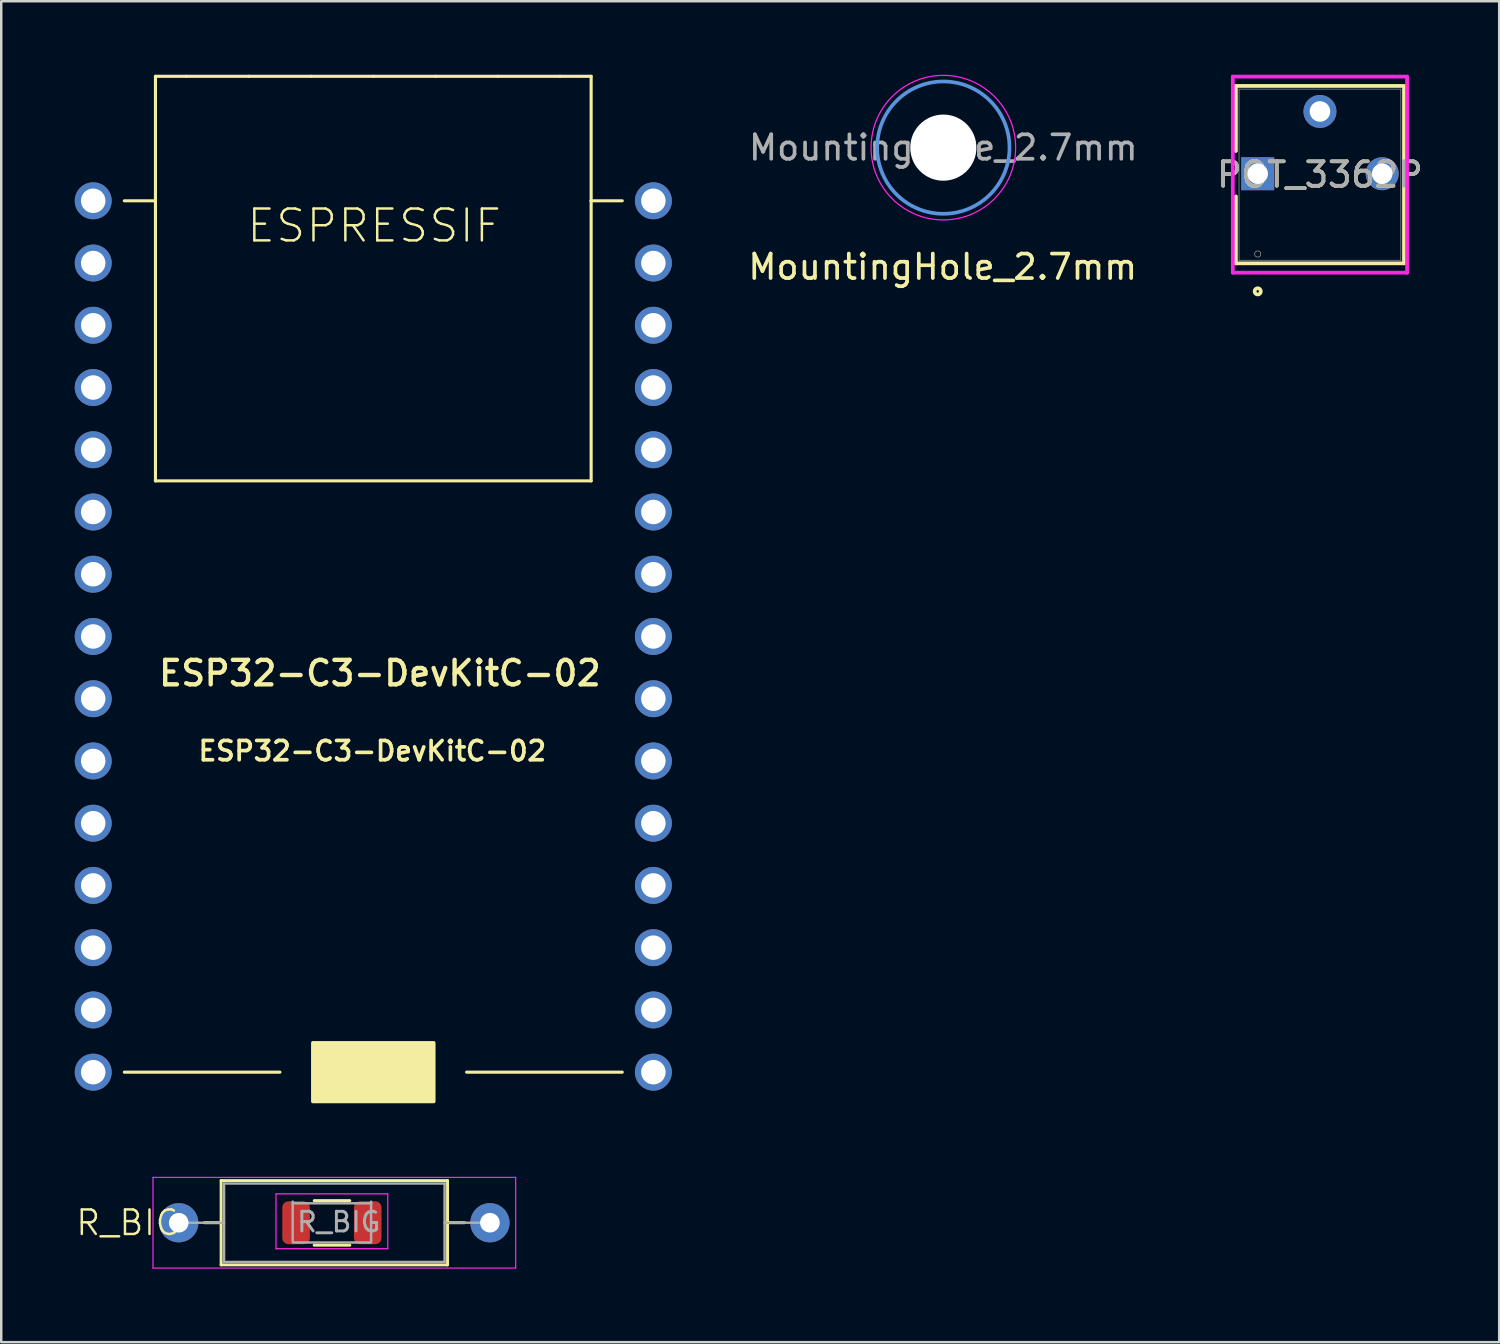
<source format=kicad_pcb>
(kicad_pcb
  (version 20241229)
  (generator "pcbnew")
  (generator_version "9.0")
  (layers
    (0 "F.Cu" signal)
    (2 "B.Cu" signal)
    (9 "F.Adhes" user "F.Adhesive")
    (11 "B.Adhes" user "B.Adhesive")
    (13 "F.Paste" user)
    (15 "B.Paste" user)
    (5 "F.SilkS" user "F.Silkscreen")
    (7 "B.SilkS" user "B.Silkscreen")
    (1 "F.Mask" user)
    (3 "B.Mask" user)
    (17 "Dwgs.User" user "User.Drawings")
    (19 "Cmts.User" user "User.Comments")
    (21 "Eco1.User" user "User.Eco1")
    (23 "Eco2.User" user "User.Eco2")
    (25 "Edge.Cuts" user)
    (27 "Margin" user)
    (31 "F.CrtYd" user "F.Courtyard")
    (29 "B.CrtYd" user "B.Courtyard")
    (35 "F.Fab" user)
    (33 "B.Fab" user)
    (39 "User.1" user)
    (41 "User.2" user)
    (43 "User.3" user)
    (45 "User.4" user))
  (footprint "R_BIG"
    (layer "F.Cu")
    (at 10.594 46.849)
    (property "Reference" "R_BIG" (at -8.425 0 0) (unlocked yes) (layer "F.SilkS") (effects (font (size 1 1) (thickness 0.1))))
    (attr smd)
    (fp_line (start -5.31 0) (end -4.62 0) (stroke (width 0.12) (type solid)) (layer "F.SilkS"))
    (fp_line (start -4.62 -1.72) (end -4.62 1.72) (stroke (width 0.12) (type solid)) (layer "F.SilkS"))
    (fp_line (start -4.62 1.72) (end 4.62 1.72) (stroke (width 0.12) (type solid)) (layer "F.SilkS"))
    (fp_line (start -0.822 -0.903) (end 0.632 -0.903) (stroke (width 0.12) (type solid)) (layer "F.SilkS"))
    (fp_line (start -0.822 0.917) (end 0.632 0.917) (stroke (width 0.12) (type solid)) (layer "F.SilkS"))
    (fp_line (start 4.62 -1.72) (end -4.62 -1.72) (stroke (width 0.12) (type solid)) (layer "F.SilkS"))
    (fp_line (start 4.62 1.72) (end 4.62 -1.72) (stroke (width 0.12) (type solid)) (layer "F.SilkS"))
    (fp_line (start 5.31 0) (end 4.62 0) (stroke (width 0.12) (type solid)) (layer "F.SilkS"))
    (fp_line (start -7.4 -1.85) (end -7.4 1.85) (stroke (width 0.05) (type solid)) (layer "F.CrtYd"))
    (fp_line (start -7.4 1.85) (end 7.4 1.85) (stroke (width 0.05) (type solid)) (layer "F.CrtYd"))
    (fp_line (start -2.38 -1.18) (end 2.18 -1.18) (stroke (width 0.05) (type solid)) (layer "F.CrtYd"))
    (fp_line (start -2.38 1.06) (end -2.38 -1.18) (stroke (width 0.05) (type solid)) (layer "F.CrtYd"))
    (fp_line (start 2.18 -1.18) (end 2.18 1.06) (stroke (width 0.05) (type solid)) (layer "F.CrtYd"))
    (fp_line (start 2.18 1.06) (end -2.38 1.06) (stroke (width 0.05) (type solid)) (layer "F.CrtYd"))
    (fp_line (start 7.4 -1.85) (end -7.4 -1.85) (stroke (width 0.05) (type solid)) (layer "F.CrtYd"))
    (fp_line (start 7.4 1.85) (end 7.4 -1.85) (stroke (width 0.05) (type solid)) (layer "F.CrtYd"))
    (fp_line (start -6.35 0) (end -4.5 0) (stroke (width 0.1) (type solid)) (layer "F.Fab"))
    (fp_line (start -4.5 -1.6) (end -4.5 1.6) (stroke (width 0.1) (type solid)) (layer "F.Fab"))
    (fp_line (start -4.5 1.6) (end 4.5 1.6) (stroke (width 0.1) (type solid)) (layer "F.Fab"))
    (fp_line (start -1.7 0.74) (end -1.7 -0.86) (stroke (width 0.1) (type solid)) (layer "F.Fab"))
    (fp_line (start -1.695 -0.793) (end 1.505 -0.793) (stroke (width 0.1) (type solid)) (layer "F.Fab"))
    (fp_line (start 1.5 -0.86) (end 1.5 0.74) (stroke (width 0.1) (type solid)) (layer "F.Fab"))
    (fp_line (start 1.505 0.807) (end -1.695 0.807) (stroke (width 0.1) (type solid)) (layer "F.Fab"))
    (fp_line (start 4.5 -1.6) (end -4.5 -1.6) (stroke (width 0.1) (type solid)) (layer "F.Fab"))
    (fp_line (start 4.5 1.6) (end 4.5 -1.6) (stroke (width 0.1) (type solid)) (layer "F.Fab"))
    (fp_line (start 6.35 0) (end 4.5 0) (stroke (width 0.1) (type solid)) (layer "F.Fab"))
    (fp_text user "${REFERENCE}" (at 0.18 -0.03 0) (layer "F.Fab") (effects (font (size 0.8 0.8) (thickness 0.12))))
    (pad "1" thru_hole circle (at -6.35 0) (size 1.6 1.6) (drill 0.8) (layers "*.Cu" "*.Mask"))
    (pad "1" smd roundrect (at -1.562 0) (size 1.125 1.75) (layers "F.Cu" "F.Mask" "F.Paste") (roundrect_rratio 0.222))
    (pad "2" smd roundrect (at 1.363 0) (size 1.125 1.75) (layers "F.Cu" "F.Mask" "F.Paste") (roundrect_rratio 0.222))
    (pad "2" thru_hole oval (at 6.35 0) (size 1.6 1.6) (drill 0.8) (layers "*.Cu" "*.Mask")))
  (footprint "POT_3362P"
    (layer "F.Cu")
    (at 48.276 4.039)
    (property "Reference" "POT_3362P" (at 2.54 0.038 0) (unlocked yes) (layer "F.SilkS") (effects (font (size 1 1) (thickness 0.15))))
    (attr through_hole)
    (fp_line (start -0.889 -3.581) (end -0.889 -0.926) (stroke (width 0.152) (type solid)) (layer "F.SilkS"))
    (fp_line (start -0.889 0.926) (end -0.889 3.658) (stroke (width 0.152) (type solid)) (layer "F.SilkS"))
    (fp_line (start -0.889 3.658) (end 5.969 3.658) (stroke (width 0.152) (type solid)) (layer "F.SilkS"))
    (fp_line (start 5.969 -3.581) (end -0.889 -3.581) (stroke (width 0.152) (type solid)) (layer "F.SilkS"))
    (fp_line (start 5.969 -0.471) (end 5.969 -3.581) (stroke (width 0.152) (type solid)) (layer "F.SilkS"))
    (fp_line (start 5.969 3.658) (end 5.969 0.471) (stroke (width 0.152) (type solid)) (layer "F.SilkS"))
    (fp_circle (center 0 4.801) (end 0.127 4.801) (stroke (width 0.152) (type solid)) (fill no) (layer "F.SilkS"))
    (fp_line (start -1.016 -3.962) (end 6.096 -3.962) (stroke (width 0.152) (type solid)) (layer "F.CrtYd"))
    (fp_line (start -1.016 4.039) (end -1.016 -3.962) (stroke (width 0.152) (type solid)) (layer "F.CrtYd"))
    (fp_line (start 6.096 -3.962) (end 6.096 4.039) (stroke (width 0.152) (type solid)) (layer "F.CrtYd"))
    (fp_line (start 6.096 4.039) (end -1.016 4.039) (stroke (width 0.152) (type solid)) (layer "F.CrtYd"))
    (fp_line (start -0.762 -3.454) (end -0.762 3.531) (stroke (width 0.025) (type solid)) (layer "F.Fab"))
    (fp_line (start -0.762 3.531) (end 5.842 3.531) (stroke (width 0.025) (type solid)) (layer "F.Fab"))
    (fp_line (start 5.842 -3.454) (end -0.762 -3.454) (stroke (width 0.025) (type solid)) (layer "F.Fab"))
    (fp_line (start 5.842 3.531) (end 5.842 -3.454) (stroke (width 0.025) (type solid)) (layer "F.Fab"))
    (fp_circle (center 0 3.277) (end 0.127 3.277) (stroke (width 0.025) (type solid)) (fill no) (layer "F.Fab"))
    (fp_text user "${REFERENCE}" (at 2.54 0.038 0) (unlocked yes) (layer "F.Fab") (effects (font (size 1 1) (thickness 0.15))))
    (pad "1" thru_hole rect (at 0 0) (size 1.346 1.346) (drill 0.838) (layers "*.Cu" "*.Mask"))
    (pad "2" thru_hole circle (at 2.54 -2.54) (size 1.346 1.346) (drill 0.838) (layers "*.Cu" "*.Mask"))
    (pad "3" thru_hole circle (at 5.08 0) (size 1.346 1.346) (drill 0.838) (layers "*.Cu" "*.Mask")))
  (footprint "ESP32-C3-DevKitC-02"
    (layer "F.Cu")
    (at 13.454 22.924)
    (property "Reference" "ESP32-C3-DevKitC-02" (at -1.309 4.674 0) (layer "F.SilkS") (effects (font (size 0.787 0.787) (thickness 0.15))))
    (attr through_hole)
    (fp_line (start -11.43 -17.78) (end -10.16 -17.78) (stroke (width 0.127) (type solid)) (layer "F.SilkS"))
    (fp_line (start -11.43 17.78) (end -5.08 17.78) (stroke (width 0.127) (type solid)) (layer "F.SilkS"))
    (fp_line (start -10.16 -22.86) (end -8.89 -22.86) (stroke (width 0.127) (type solid)) (layer "F.SilkS"))
    (fp_line (start -10.16 -17.78) (end -10.16 -22.86) (stroke (width 0.127) (type solid)) (layer "F.SilkS"))
    (fp_line (start -10.16 -6.35) (end -10.16 -17.78) (stroke (width 0.127) (type solid)) (layer "F.SilkS"))
    (fp_line (start -8.89 -22.86) (end -6.35 -22.86) (stroke (width 0.127) (type solid)) (layer "F.SilkS"))
    (fp_line (start -6.35 -22.86) (end -3.81 -22.86) (stroke (width 0.127) (type solid)) (layer "F.SilkS"))
    (fp_line (start -3.81 -22.86) (end -1.27 -22.86) (stroke (width 0.127) (type solid)) (layer "F.SilkS"))
    (fp_line (start -1.27 -22.86) (end 1.27 -22.86) (stroke (width 0.127) (type solid)) (layer "F.SilkS"))
    (fp_line (start 1.27 -22.86) (end 3.81 -22.86) (stroke (width 0.127) (type solid)) (layer "F.SilkS"))
    (fp_line (start 2.54 17.78) (end 8.89 17.78) (stroke (width 0.127) (type solid)) (layer "F.SilkS"))
    (fp_line (start 3.81 -22.86) (end 6.35 -22.86) (stroke (width 0.127) (type solid)) (layer "F.SilkS"))
    (fp_line (start 6.35 -22.86) (end 7.62 -22.86) (stroke (width 0.127) (type solid)) (layer "F.SilkS"))
    (fp_line (start 7.62 -22.86) (end 7.62 -17.78) (stroke (width 0.127) (type solid)) (layer "F.SilkS"))
    (fp_line (start 7.62 -17.78) (end 7.62 -6.35) (stroke (width 0.127) (type solid)) (layer "F.SilkS"))
    (fp_line (start 7.62 -6.35) (end -10.16 -6.35) (stroke (width 0.127) (type solid)) (layer "F.SilkS"))
    (fp_line (start 8.89 -17.78) (end 7.62 -17.78) (stroke (width 0.127) (type solid)) (layer "F.SilkS"))
    (fp_poly (pts (xy -3.734 18.974) (xy 1.194 18.974) (xy 1.194 16.586) (xy -3.734 16.586)) (stroke (width 0.152) (type solid)) (fill yes) (layer "F.SilkS"))
    (fp_text user "ESP32-C3-DevKitC-02" (at -1 1.5 0) (layer "F.SilkS") (effects (font (size 1 1) (thickness 0.178) (bold yes))))
    (fp_text user "ESPRESSIF" (at -6.5 -16 0) (unlocked yes) (layer "F.SilkS") (effects (font (size 1.3 1.3) (thickness 0.1)) (justify left bottom)))
    (pad "P$1" thru_hole circle (at -12.7 -17.78) (size 1.508 1.508) (drill 1) (layers "*.Cu" "*.Mask"))
    (pad "P$2" thru_hole circle (at -12.7 -15.24) (size 1.508 1.508) (drill 1) (layers "*.Cu" "*.Mask"))
    (pad "P$3" thru_hole circle (at -12.7 -12.7) (size 1.508 1.508) (drill 1) (layers "*.Cu" "*.Mask"))
    (pad "P$4" thru_hole circle (at -12.7 -10.16) (size 1.508 1.508) (drill 1) (layers "*.Cu" "*.Mask"))
    (pad "P$5" thru_hole circle (at -12.7 -7.62) (size 1.508 1.508) (drill 1) (layers "*.Cu" "*.Mask"))
    (pad "P$6" thru_hole circle (at -12.7 -5.08) (size 1.508 1.508) (drill 1) (layers "*.Cu" "*.Mask"))
    (pad "P$7" thru_hole circle (at -12.7 -2.54) (size 1.508 1.508) (drill 1) (layers "*.Cu" "*.Mask"))
    (pad "P$8" thru_hole circle (at -12.7 0) (size 1.508 1.508) (drill 1) (layers "*.Cu" "*.Mask"))
    (pad "P$9" thru_hole circle (at -12.7 2.54) (size 1.508 1.508) (drill 1) (layers "*.Cu" "*.Mask"))
    (pad "P$10" thru_hole circle (at -12.7 5.08) (size 1.508 1.508) (drill 1) (layers "*.Cu" "*.Mask"))
    (pad "P$11" thru_hole circle (at -12.7 7.62) (size 1.508 1.508) (drill 1) (layers "*.Cu" "*.Mask"))
    (pad "P$12" thru_hole circle (at -12.7 10.16) (size 1.508 1.508) (drill 1) (layers "*.Cu" "*.Mask"))
    (pad "P$13" thru_hole circle (at -12.7 12.7) (size 1.508 1.508) (drill 1) (layers "*.Cu" "*.Mask"))
    (pad "P$14" thru_hole circle (at -12.7 15.24) (size 1.508 1.508) (drill 1) (layers "*.Cu" "*.Mask"))
    (pad "P$15" thru_hole circle (at -12.7 17.78) (size 1.508 1.508) (drill 1) (layers "*.Cu" "*.Mask"))
    (pad "P$16" thru_hole circle (at 10.16 -17.78) (size 1.508 1.508) (drill 1) (layers "*.Cu" "*.Mask"))
    (pad "P$17" thru_hole circle (at 10.16 -15.24) (size 1.508 1.508) (drill 1) (layers "*.Cu" "*.Mask"))
    (pad "P$18" thru_hole circle (at 10.16 -12.7) (size 1.508 1.508) (drill 1) (layers "*.Cu" "*.Mask"))
    (pad "P$19" thru_hole circle (at 10.16 -10.16) (size 1.508 1.508) (drill 1) (layers "*.Cu" "*.Mask"))
    (pad "P$20" thru_hole circle (at 10.16 -7.62) (size 1.508 1.508) (drill 1) (layers "*.Cu" "*.Mask"))
    (pad "P$21" thru_hole circle (at 10.16 -5.08) (size 1.508 1.508) (drill 1) (layers "*.Cu" "*.Mask"))
    (pad "P$22" thru_hole circle (at 10.16 -2.54) (size 1.508 1.508) (drill 1) (layers "*.Cu" "*.Mask"))
    (pad "P$23" thru_hole circle (at 10.16 0) (size 1.508 1.508) (drill 1) (layers "*.Cu" "*.Mask"))
    (pad "P$24" thru_hole circle (at 10.16 2.54) (size 1.508 1.508) (drill 1) (layers "*.Cu" "*.Mask"))
    (pad "P$25" thru_hole circle (at 10.16 5.08) (size 1.508 1.508) (drill 1) (layers "*.Cu" "*.Mask"))
    (pad "P$26" thru_hole circle (at 10.16 7.62) (size 1.508 1.508) (drill 1) (layers "*.Cu" "*.Mask"))
    (pad "P$27" thru_hole circle (at 10.16 10.16) (size 1.508 1.508) (drill 1) (layers "*.Cu" "*.Mask"))
    (pad "P$28" thru_hole circle (at 10.16 12.7) (size 1.508 1.508) (drill 1) (layers "*.Cu" "*.Mask"))
    (pad "P$29" thru_hole circle (at 10.16 15.24) (size 1.508 1.508) (drill 1) (layers "*.Cu" "*.Mask"))
    (pad "P$30" thru_hole circle (at 10.16 17.78) (size 1.508 1.508) (drill 1) (layers "*.Cu" "*.Mask")))
  (footprint "MountingHole_2.7mm"
    (layer "F.Cu")
    (at 35.447 2.975)
    (property "Reference" "MountingHole_2.7mm" (at -0.025 4.867 0) (layer "F.SilkS") (effects (font (size 1 1) (thickness 0.15))))
    (attr exclude_from_pos_files exclude_from_bom)
    (fp_circle (center 0 0) (end 2.7 0) (stroke (width 0.15) (type solid)) (fill no) (layer "Cmts.User"))
    (fp_circle (center 0 0) (end 2.95 0) (stroke (width 0.05) (type solid)) (fill no) (layer "F.CrtYd"))
    (fp_text user "${REFERENCE}" (at 0 0 0) (layer "F.Fab") (effects (font (size 1 1) (thickness 0.15))))
    (pad "" np_thru_hole circle (at 0 0) (size 2.7 2.7) (drill 2.7) (layers "*.Cu" "*.Mask")))
  (gr_rect
    (start -3 -3)
    (end 58.131 51.724)
    (stroke (width 0.1) (type default))
    (fill no)
    (layer "Edge.Cuts")))
</source>
